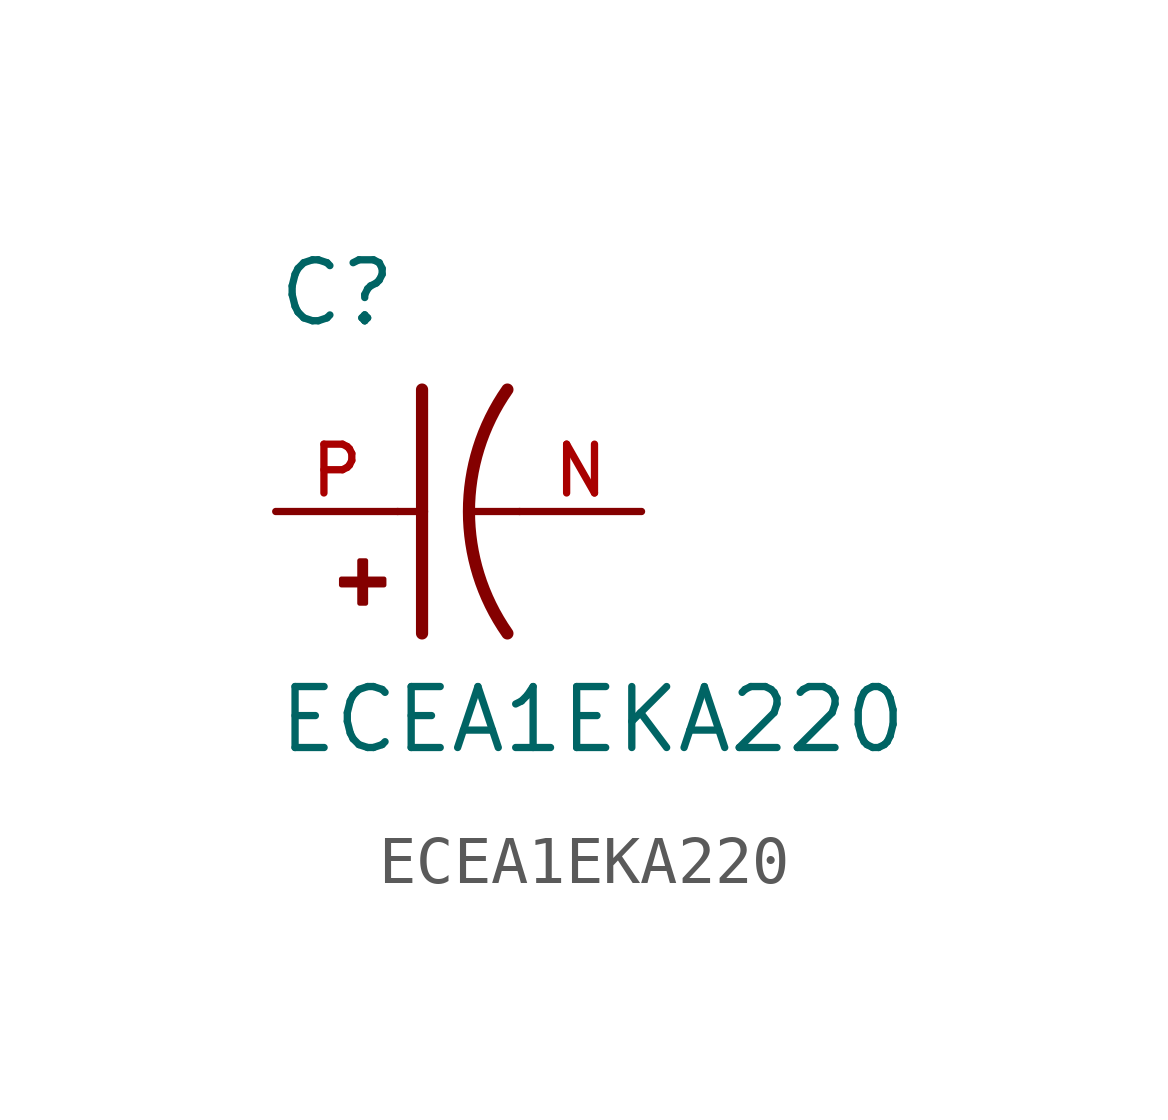
<source format=kicad_sym>
(kicad_symbol_lib
  (version 20211014)
  (generator kicad_symbol_editor)
  (symbol "ECEA1EKA220"
    (pin_names
      (offset 1.016))
    (property "Reference" "C"
      (at -2.54 3.81 0)
      (effects (font (size 1.27 1.27)) (justify bottom left)))
    (property "Value" "ECEA1EKA220"
      (at -2.54 -5.08 0)
      (effects (font (size 1.27 1.27)) (justify bottom left)))
    (symbol "ECEA1EKA220_0_0"
      (arc (start 2.286 -2.54) (mid 1.4851 -0.0) (end 2.286 2.54) (stroke (width 0.254) (type default) (color 0 0 0 0)) (fill (type none)))
      (polyline (pts (xy 0.508 2.54) (xy 0.508 0.0)) (stroke (width 0.254)))
      (rectangle (start -1.173 -1.532) (end -0.284 -1.405) (stroke (width 0.1)) (fill (type outline)))
      (rectangle (start -0.792 -1.913) (end -0.665 -1.024) (stroke (width 0.1)) (fill (type outline)))
      (polyline (pts (xy 0.508 0.0) (xy 0.508 -2.54)) (stroke (width 0.254)))
      (polyline (pts (xy 0.0 0.0) (xy 0.508 0.0)) (stroke (width 0.152)))
      (polyline (pts (xy 2.54 0.0) (xy 1.524 0.0)) (stroke (width 0.152)))
      (pin passive line (at -2.54 0.0 0) (length 2.54) (name "~" (effects (font (size 1.016 1.016)))) (number "P" (effects (font (size 1.016 1.016)))))
      (pin passive line (at 5.08 0.0 180.0) (length 2.54) (name "~" (effects (font (size 1.016 1.016)))) (number "N" (effects (font (size 1.016 1.016))))))))
</source>
